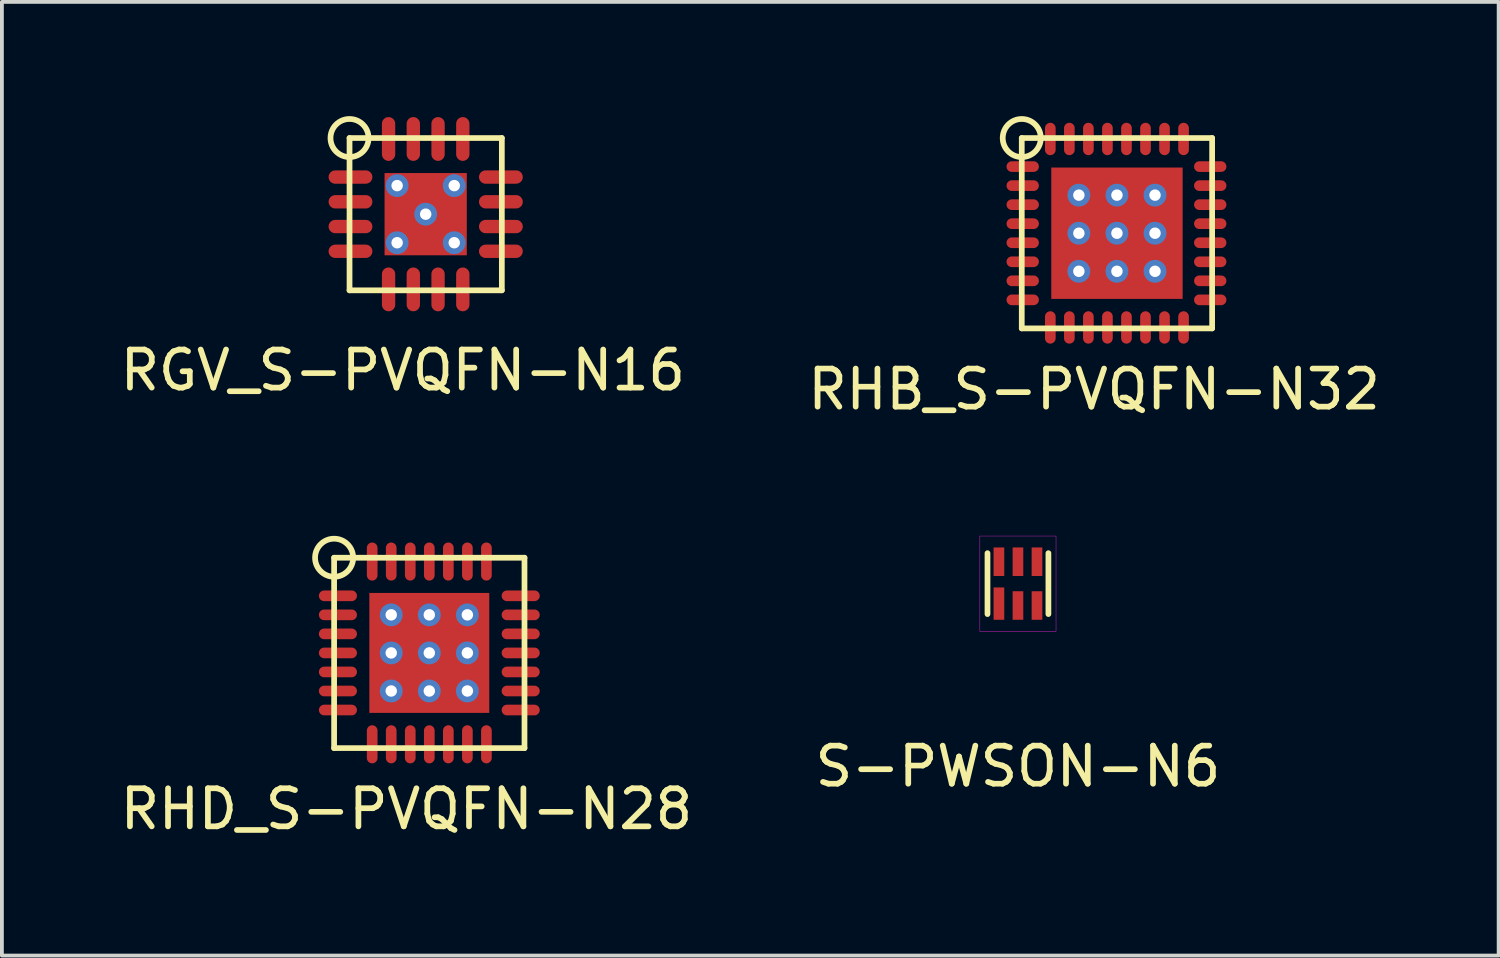
<source format=kicad_pcb>
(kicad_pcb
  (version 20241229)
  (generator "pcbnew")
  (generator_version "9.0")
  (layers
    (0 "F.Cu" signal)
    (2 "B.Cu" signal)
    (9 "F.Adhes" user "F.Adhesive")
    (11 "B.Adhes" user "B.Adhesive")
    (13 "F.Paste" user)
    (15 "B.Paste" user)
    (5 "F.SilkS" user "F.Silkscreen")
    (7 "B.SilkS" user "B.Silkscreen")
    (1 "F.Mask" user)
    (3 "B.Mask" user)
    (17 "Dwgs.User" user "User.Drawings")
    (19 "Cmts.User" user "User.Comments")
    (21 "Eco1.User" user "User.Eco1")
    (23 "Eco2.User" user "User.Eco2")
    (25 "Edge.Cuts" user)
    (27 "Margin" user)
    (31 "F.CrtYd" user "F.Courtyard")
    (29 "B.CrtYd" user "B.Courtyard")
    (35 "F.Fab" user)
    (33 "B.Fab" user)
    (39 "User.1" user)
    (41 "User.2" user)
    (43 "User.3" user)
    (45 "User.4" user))
  (footprint "S-PWSON-N6"
    (layer "F.Cu")
    (at 23.685 12.278)
    (property "Reference" "S-PWSON-N6" (at 0 4.8 0) (layer "F.SilkS") (effects (font (size 1 1) (thickness 0.15))))
    (attr through_hole)
    (fp_line (start -0.8 -0.8) (end -0.8 0.8) (stroke (width 0.15) (type solid)) (layer "F.SilkS"))
    (fp_line (start 0.8 -0.8) (end 0.8 0.8) (stroke (width 0.15) (type solid)) (layer "F.SilkS"))
    (fp_line (start -1 -1.25) (end -1 1.25) (stroke (width 0.01) (type solid)) (layer "F.CrtYd"))
    (fp_line (start -1 1.25) (end 1 1.25) (stroke (width 0.01) (type solid)) (layer "F.CrtYd"))
    (fp_line (start 1 -1.25) (end -1 -1.25) (stroke (width 0.01) (type solid)) (layer "F.CrtYd"))
    (fp_line (start 1 1.25) (end 1 -1.25) (stroke (width 0.01) (type solid)) (layer "F.CrtYd"))
    (pad "1" smd rect (at -0.5 0.525) (size 0.28 0.85) (layers "F.Cu" "F.Mask" "F.Paste"))
    (pad "2" smd rect (at 0 0.575) (size 0.28 0.75) (layers "F.Cu" "F.Mask" "F.Paste"))
    (pad "3" smd rect (at 0.5 0.575) (size 0.28 0.75) (layers "F.Cu" "F.Mask" "F.Paste"))
    (pad "4" smd rect (at 0.5 -0.575) (size 0.28 0.75) (layers "F.Cu" "F.Mask" "F.Paste"))
    (pad "5" smd rect (at 0 -0.575) (size 0.28 0.75) (layers "F.Cu" "F.Mask" "F.Paste"))
    (pad "6" smd rect (at -0.5 -0.575) (size 0.28 0.75) (layers "F.Cu" "F.Mask" "F.Paste")))
  (footprint "RHD_S-PVQFN-N28"
    (layer "F.Cu")
    (at 8.225 14.098)
    (property "Reference" "RHD_S-PVQFN-N28" (at -0.6 4.1 0) (layer "F.SilkS") (effects (font (size 1 1) (thickness 0.15))))
    (attr through_hole)
    (fp_line (start -2.5 -2.5) (end 2.5 -2.5) (stroke (width 0.15) (type solid)) (layer "F.SilkS"))
    (fp_line (start -2.5 2.5) (end -2.5 -2.5) (stroke (width 0.15) (type solid)) (layer "F.SilkS"))
    (fp_line (start 2.5 -2.5) (end 2.5 2.5) (stroke (width 0.15) (type solid)) (layer "F.SilkS"))
    (fp_line (start 2.5 2.5) (end -2.5 2.5) (stroke (width 0.15) (type solid)) (layer "F.SilkS"))
    (fp_circle (center -2.5 -2.5) (end -2 -2.5) (stroke (width 0.15) (type solid)) (fill no) (layer "F.SilkS"))
    (pad "" smd rect (at -0.775 -0.775) (size 1.25 1.25) (layers "F.Paste"))
    (pad "" smd rect (at -0.775 0.775) (size 1.25 1.25) (layers "F.Paste"))
    (pad "" smd rect (at 0.775 -0.775) (size 1.25 1.25) (layers "F.Paste"))
    (pad "" smd rect (at 0.775 0.775) (size 1.25 1.25) (layers "F.Paste"))
    (pad "1" smd oval (at -2.4 -1.5) (size 1 0.28) (layers "F.Cu" "F.Mask" "F.Paste"))
    (pad "2" smd oval (at -2.4 -1) (size 1 0.28) (layers "F.Cu" "F.Mask" "F.Paste"))
    (pad "3" smd oval (at -2.4 -0.5) (size 1 0.28) (layers "F.Cu" "F.Mask" "F.Paste"))
    (pad "4" smd oval (at -2.4 0) (size 1 0.28) (layers "F.Cu" "F.Mask" "F.Paste"))
    (pad "5" smd oval (at -2.4 0.5) (size 1 0.28) (layers "F.Cu" "F.Mask" "F.Paste"))
    (pad "6" smd oval (at -2.4 1) (size 1 0.28) (layers "F.Cu" "F.Mask" "F.Paste"))
    (pad "7" smd oval (at -2.4 1.5) (size 1 0.28) (layers "F.Cu" "F.Mask" "F.Paste"))
    (pad "8" smd oval (at -1.5 2.4 90) (size 1 0.28) (layers "F.Cu" "F.Mask" "F.Paste"))
    (pad "9" smd oval (at -1 2.4 90) (size 1 0.28) (layers "F.Cu" "F.Mask" "F.Paste"))
    (pad "10" smd oval (at -0.5 2.4 90) (size 1 0.28) (layers "F.Cu" "F.Mask" "F.Paste"))
    (pad "11" smd oval (at 0 2.4 90) (size 1 0.28) (layers "F.Cu" "F.Mask" "F.Paste"))
    (pad "12" smd oval (at 0.5 2.4 90) (size 1 0.28) (layers "F.Cu" "F.Mask" "F.Paste"))
    (pad "13" smd oval (at 1 2.4 90) (size 1 0.28) (layers "F.Cu" "F.Mask" "F.Paste"))
    (pad "14" smd oval (at 1.5 2.4 90) (size 1 0.28) (layers "F.Cu" "F.Mask" "F.Paste"))
    (pad "15" smd oval (at 2.4 1.5 180) (size 1 0.28) (layers "F.Cu" "F.Mask" "F.Paste"))
    (pad "16" smd oval (at 2.4 1 180) (size 1 0.28) (layers "F.Cu" "F.Mask" "F.Paste"))
    (pad "17" smd oval (at 2.4 0.5 180) (size 1 0.28) (layers "F.Cu" "F.Mask" "F.Paste"))
    (pad "18" smd oval (at 2.4 0 180) (size 1 0.28) (layers "F.Cu" "F.Mask" "F.Paste"))
    (pad "19" smd oval (at 2.4 -0.5 180) (size 1 0.28) (layers "F.Cu" "F.Mask" "F.Paste"))
    (pad "20" smd oval (at 2.4 -1 180) (size 1 0.28) (layers "F.Cu" "F.Mask" "F.Paste"))
    (pad "21" smd oval (at 2.4 -1.5 180) (size 1 0.28) (layers "F.Cu" "F.Mask" "F.Paste"))
    (pad "22" smd oval (at 1.5 -2.4 270) (size 1 0.28) (layers "F.Cu" "F.Mask" "F.Paste"))
    (pad "23" smd oval (at 1 -2.4 270) (size 1 0.28) (layers "F.Cu" "F.Mask" "F.Paste"))
    (pad "24" smd oval (at 0.5 -2.4 270) (size 1 0.28) (layers "F.Cu" "F.Mask" "F.Paste"))
    (pad "25" smd oval (at 0 -2.4 270) (size 1 0.28) (layers "F.Cu" "F.Mask" "F.Paste"))
    (pad "26" smd oval (at -0.5 -2.4 270) (size 1 0.28) (layers "F.Cu" "F.Mask" "F.Paste"))
    (pad "27" smd oval (at -1 -2.4 270) (size 1 0.28) (layers "F.Cu" "F.Mask" "F.Paste"))
    (pad "28" smd oval (at -1.5 -2.4 270) (size 1 0.28) (layers "F.Cu" "F.Mask" "F.Paste"))
    (pad "EP" thru_hole circle (at -1 -1) (size 0.6 0.6) (drill 0.3) (layers "*.Cu"))
    (pad "EP" thru_hole circle (at -1 0) (size 0.6 0.6) (drill 0.3) (layers "*.Cu"))
    (pad "EP" thru_hole circle (at -1 1) (size 0.6 0.6) (drill 0.3) (layers "*.Cu"))
    (pad "EP" thru_hole circle (at 0 -1) (size 0.6 0.6) (drill 0.3) (layers "*.Cu"))
    (pad "EP" thru_hole circle (at 0 0) (size 0.6 0.6) (drill 0.3) (layers "*.Cu"))
    (pad "EP" smd rect (at 0 0) (size 3.15 3.15) (layers "F.Cu" "F.Mask"))
    (pad "EP" thru_hole circle (at 0 1) (size 0.6 0.6) (drill 0.3) (layers "*.Cu"))
    (pad "EP" thru_hole circle (at 1 -1) (size 0.6 0.6) (drill 0.3) (layers "*.Cu"))
    (pad "EP" thru_hole circle (at 1 0) (size 0.6 0.6) (drill 0.3) (layers "*.Cu"))
    (pad "EP" thru_hole circle (at 1 1) (size 0.6 0.6) (drill 0.3) (layers "*.Cu")))
  (footprint "RGV_S-PVQFN-N16"
    (layer "F.Cu")
    (at 8.13 2.575)
    (property "Reference" "RGV_S-PVQFN-N16" (at -0.6 4.1 0) (layer "F.SilkS") (effects (font (size 1 1) (thickness 0.15))))
    (attr through_hole)
    (fp_line (start -2 -2) (end 2 -2) (stroke (width 0.15) (type solid)) (layer "F.SilkS"))
    (fp_line (start -2 2) (end -2 -2) (stroke (width 0.15) (type solid)) (layer "F.SilkS"))
    (fp_line (start 2 -2) (end 2 2) (stroke (width 0.15) (type solid)) (layer "F.SilkS"))
    (fp_line (start 2 2) (end -2 2) (stroke (width 0.15) (type solid)) (layer "F.SilkS"))
    (fp_circle (center -2 -2) (end -1.5 -2) (stroke (width 0.15) (type solid)) (fill no) (layer "F.SilkS"))
    (pad "" smd rect (at -0.575 -0.575) (size 0.85 0.85) (layers "F.Paste"))
    (pad "" smd rect (at -0.575 0.575) (size 0.85 0.85) (layers "F.Paste"))
    (pad "" smd rect (at 0.575 -0.575) (size 0.85 0.85) (layers "F.Paste"))
    (pad "" smd rect (at 0.575 0.575) (size 0.85 0.85) (layers "F.Paste"))
    (pad "1" smd oval (at -1.975 -0.975) (size 1.15 0.35) (layers "F.Cu" "F.Mask" "F.Paste"))
    (pad "2" smd oval (at -1.975 -0.325) (size 1.15 0.35) (layers "F.Cu" "F.Mask" "F.Paste"))
    (pad "3" smd oval (at -1.975 0.325) (size 1.15 0.35) (layers "F.Cu" "F.Mask" "F.Paste"))
    (pad "4" smd oval (at -1.975 0.975) (size 1.15 0.35) (layers "F.Cu" "F.Mask" "F.Paste"))
    (pad "5" smd oval (at -0.975 1.975 90) (size 1.15 0.35) (layers "F.Cu" "F.Mask" "F.Paste"))
    (pad "6" smd oval (at -0.325 1.975 90) (size 1.15 0.35) (layers "F.Cu" "F.Mask" "F.Paste"))
    (pad "7" smd oval (at 0.325 1.975 90) (size 1.15 0.35) (layers "F.Cu" "F.Mask" "F.Paste"))
    (pad "8" smd oval (at 0.975 1.975 90) (size 1.15 0.35) (layers "F.Cu" "F.Mask" "F.Paste"))
    (pad "9" smd oval (at 1.975 0.975 180) (size 1.15 0.35) (layers "F.Cu" "F.Mask" "F.Paste"))
    (pad "10" smd oval (at 1.975 0.325 180) (size 1.15 0.35) (layers "F.Cu" "F.Mask" "F.Paste"))
    (pad "11" smd oval (at 1.975 -0.325 180) (size 1.15 0.35) (layers "F.Cu" "F.Mask" "F.Paste"))
    (pad "12" smd oval (at 1.975 -0.975 180) (size 1.15 0.35) (layers "F.Cu" "F.Mask" "F.Paste"))
    (pad "13" smd oval (at 0.975 -1.975 270) (size 1.15 0.35) (layers "F.Cu" "F.Mask" "F.Paste"))
    (pad "14" smd oval (at 0.325 -1.975 270) (size 1.15 0.35) (layers "F.Cu" "F.Mask" "F.Paste"))
    (pad "15" smd oval (at -0.325 -1.975 270) (size 1.15 0.35) (layers "F.Cu" "F.Mask" "F.Paste"))
    (pad "16" smd oval (at -0.975 -1.975 270) (size 1.15 0.35) (layers "F.Cu" "F.Mask" "F.Paste"))
    (pad "EP" thru_hole circle (at -0.75 -0.75) (size 0.6 0.6) (drill 0.3) (layers "*.Cu"))
    (pad "EP" thru_hole circle (at -0.75 0.75) (size 0.6 0.6) (drill 0.3) (layers "*.Cu"))
    (pad "EP" thru_hole circle (at 0 0) (size 0.6 0.6) (drill 0.3) (layers "*.Cu"))
    (pad "EP" smd rect (at 0 0) (size 2.16 2.16) (layers "F.Cu" "F.Mask"))
    (pad "EP" thru_hole circle (at 0.75 -0.75) (size 0.6 0.6) (drill 0.3) (layers "*.Cu"))
    (pad "EP" thru_hole circle (at 0.75 0.75) (size 0.6 0.6) (drill 0.3) (layers "*.Cu")))
  (footprint "RHB_S-PVQFN-N32"
    (layer "F.Cu")
    (at 26.285 3.075)
    (property "Reference" "RHB_S-PVQFN-N32" (at -0.6 4.1 0) (layer "F.SilkS") (effects (font (size 1 1) (thickness 0.15))))
    (attr through_hole)
    (fp_line (start -2.5 -2.5) (end 2.5 -2.5) (stroke (width 0.15) (type solid)) (layer "F.SilkS"))
    (fp_line (start -2.5 2.5) (end -2.5 -2.5) (stroke (width 0.15) (type solid)) (layer "F.SilkS"))
    (fp_line (start 2.5 -2.5) (end 2.5 2.5) (stroke (width 0.15) (type solid)) (layer "F.SilkS"))
    (fp_line (start 2.5 2.5) (end -2.5 2.5) (stroke (width 0.15) (type solid)) (layer "F.SilkS"))
    (fp_circle (center -2.5 -2.5) (end -2 -2.5) (stroke (width 0.15) (type solid)) (fill no) (layer "F.SilkS"))
    (pad "" smd rect (at -0.875 -0.875) (size 1.45 1.45) (layers "F.Paste"))
    (pad "" smd rect (at -0.875 0.875) (size 1.45 1.45) (layers "F.Paste"))
    (pad "" smd rect (at 0.875 -0.875) (size 1.45 1.45) (layers "F.Paste"))
    (pad "" smd rect (at 0.875 0.875) (size 1.45 1.45) (layers "F.Paste"))
    (pad "1" smd oval (at -2.475 -1.75) (size 0.85 0.28) (layers "F.Cu" "F.Mask" "F.Paste"))
    (pad "2" smd oval (at -2.475 -1.25) (size 0.85 0.28) (layers "F.Cu" "F.Mask" "F.Paste"))
    (pad "3" smd oval (at -2.475 -0.75) (size 0.85 0.28) (layers "F.Cu" "F.Mask" "F.Paste"))
    (pad "4" smd oval (at -2.475 -0.25) (size 0.85 0.28) (layers "F.Cu" "F.Mask" "F.Paste"))
    (pad "5" smd oval (at -2.475 0.25) (size 0.85 0.28) (layers "F.Cu" "F.Mask" "F.Paste"))
    (pad "6" smd oval (at -2.475 0.75) (size 0.85 0.28) (layers "F.Cu" "F.Mask" "F.Paste"))
    (pad "7" smd oval (at -2.475 1.25) (size 0.85 0.28) (layers "F.Cu" "F.Mask" "F.Paste"))
    (pad "8" smd oval (at -2.475 1.75) (size 0.85 0.28) (layers "F.Cu" "F.Mask" "F.Paste"))
    (pad "9" smd oval (at -1.75 2.475 90) (size 0.85 0.28) (layers "F.Cu" "F.Mask" "F.Paste"))
    (pad "10" smd oval (at -1.25 2.475 90) (size 0.85 0.28) (layers "F.Cu" "F.Mask" "F.Paste"))
    (pad "11" smd oval (at -0.75 2.475 90) (size 0.85 0.28) (layers "F.Cu" "F.Mask" "F.Paste"))
    (pad "12" smd oval (at -0.25 2.475 90) (size 0.85 0.28) (layers "F.Cu" "F.Mask" "F.Paste"))
    (pad "13" smd oval (at 0.25 2.475 90) (size 0.85 0.28) (layers "F.Cu" "F.Mask" "F.Paste"))
    (pad "14" smd oval (at 0.75 2.475 90) (size 0.85 0.28) (layers "F.Cu" "F.Mask" "F.Paste"))
    (pad "15" smd oval (at 1.25 2.475 90) (size 0.85 0.28) (layers "F.Cu" "F.Mask" "F.Paste"))
    (pad "16" smd oval (at 1.75 2.475 90) (size 0.85 0.28) (layers "F.Cu" "F.Mask" "F.Paste"))
    (pad "17" smd oval (at 2.45 1.75 180) (size 0.85 0.28) (layers "F.Cu" "F.Mask" "F.Paste"))
    (pad "18" smd oval (at 2.45 1.25 180) (size 0.85 0.28) (layers "F.Cu" "F.Mask" "F.Paste"))
    (pad "19" smd oval (at 2.45 0.75 180) (size 0.85 0.28) (layers "F.Cu" "F.Mask" "F.Paste"))
    (pad "20" smd oval (at 2.45 0.25 180) (size 0.85 0.28) (layers "F.Cu" "F.Mask" "F.Paste"))
    (pad "21" smd oval (at 2.45 -0.25 180) (size 0.85 0.28) (layers "F.Cu" "F.Mask" "F.Paste"))
    (pad "22" smd oval (at 2.45 -0.75 180) (size 0.85 0.28) (layers "F.Cu" "F.Mask" "F.Paste"))
    (pad "23" smd oval (at 2.45 -1.25 180) (size 0.85 0.28) (layers "F.Cu" "F.Mask" "F.Paste"))
    (pad "24" smd oval (at 2.45 -1.75 180) (size 0.85 0.28) (layers "F.Cu" "F.Mask" "F.Paste"))
    (pad "25" smd oval (at 1.75 -2.475 270) (size 0.85 0.28) (layers "F.Cu" "F.Mask" "F.Paste"))
    (pad "26" smd oval (at 1.25 -2.475 270) (size 0.85 0.28) (layers "F.Cu" "F.Mask" "F.Paste"))
    (pad "27" smd oval (at 0.75 -2.475 270) (size 0.85 0.28) (layers "F.Cu" "F.Mask" "F.Paste"))
    (pad "28" smd oval (at 0.25 -2.475 270) (size 0.85 0.28) (layers "F.Cu" "F.Mask" "F.Paste"))
    (pad "29" smd oval (at -0.25 -2.475 270) (size 0.85 0.28) (layers "F.Cu" "F.Mask" "F.Paste"))
    (pad "30" smd oval (at -0.75 -2.475 270) (size 0.85 0.28) (layers "F.Cu" "F.Mask" "F.Paste"))
    (pad "31" smd oval (at -1.25 -2.475 270) (size 0.85 0.28) (layers "F.Cu" "F.Mask" "F.Paste"))
    (pad "32" smd oval (at -1.75 -2.475 270) (size 0.85 0.28) (layers "F.Cu" "F.Mask" "F.Paste"))
    (pad "EP" thru_hole circle (at -1 -1) (size 0.6 0.6) (drill 0.3) (layers "*.Cu"))
    (pad "EP" thru_hole circle (at -1 0) (size 0.6 0.6) (drill 0.3) (layers "*.Cu"))
    (pad "EP" thru_hole circle (at -1 1) (size 0.6 0.6) (drill 0.3) (layers "*.Cu"))
    (pad "EP" thru_hole circle (at 0 -1) (size 0.6 0.6) (drill 0.3) (layers "*.Cu"))
    (pad "EP" thru_hole circle (at 0 0) (size 0.6 0.6) (drill 0.3) (layers "*.Cu"))
    (pad "EP" smd rect (at 0 0) (size 3.45 3.45) (layers "F.Cu" "F.Mask"))
    (pad "EP" thru_hole circle (at 0 1) (size 0.6 0.6) (drill 0.3) (layers "*.Cu"))
    (pad "EP" thru_hole circle (at 1 -1) (size 0.6 0.6) (drill 0.3) (layers "*.Cu"))
    (pad "EP" thru_hole circle (at 1 0) (size 0.6 0.6) (drill 0.3) (layers "*.Cu"))
    (pad "EP" thru_hole circle (at 1 1) (size 0.6 0.6) (drill 0.3) (layers "*.Cu")))
  (gr_rect
    (start -3 -3)
    (end 36.31 22.047)
    (stroke (width 0.1) (type default))
    (fill no)
    (layer "Edge.Cuts")))
</source>
